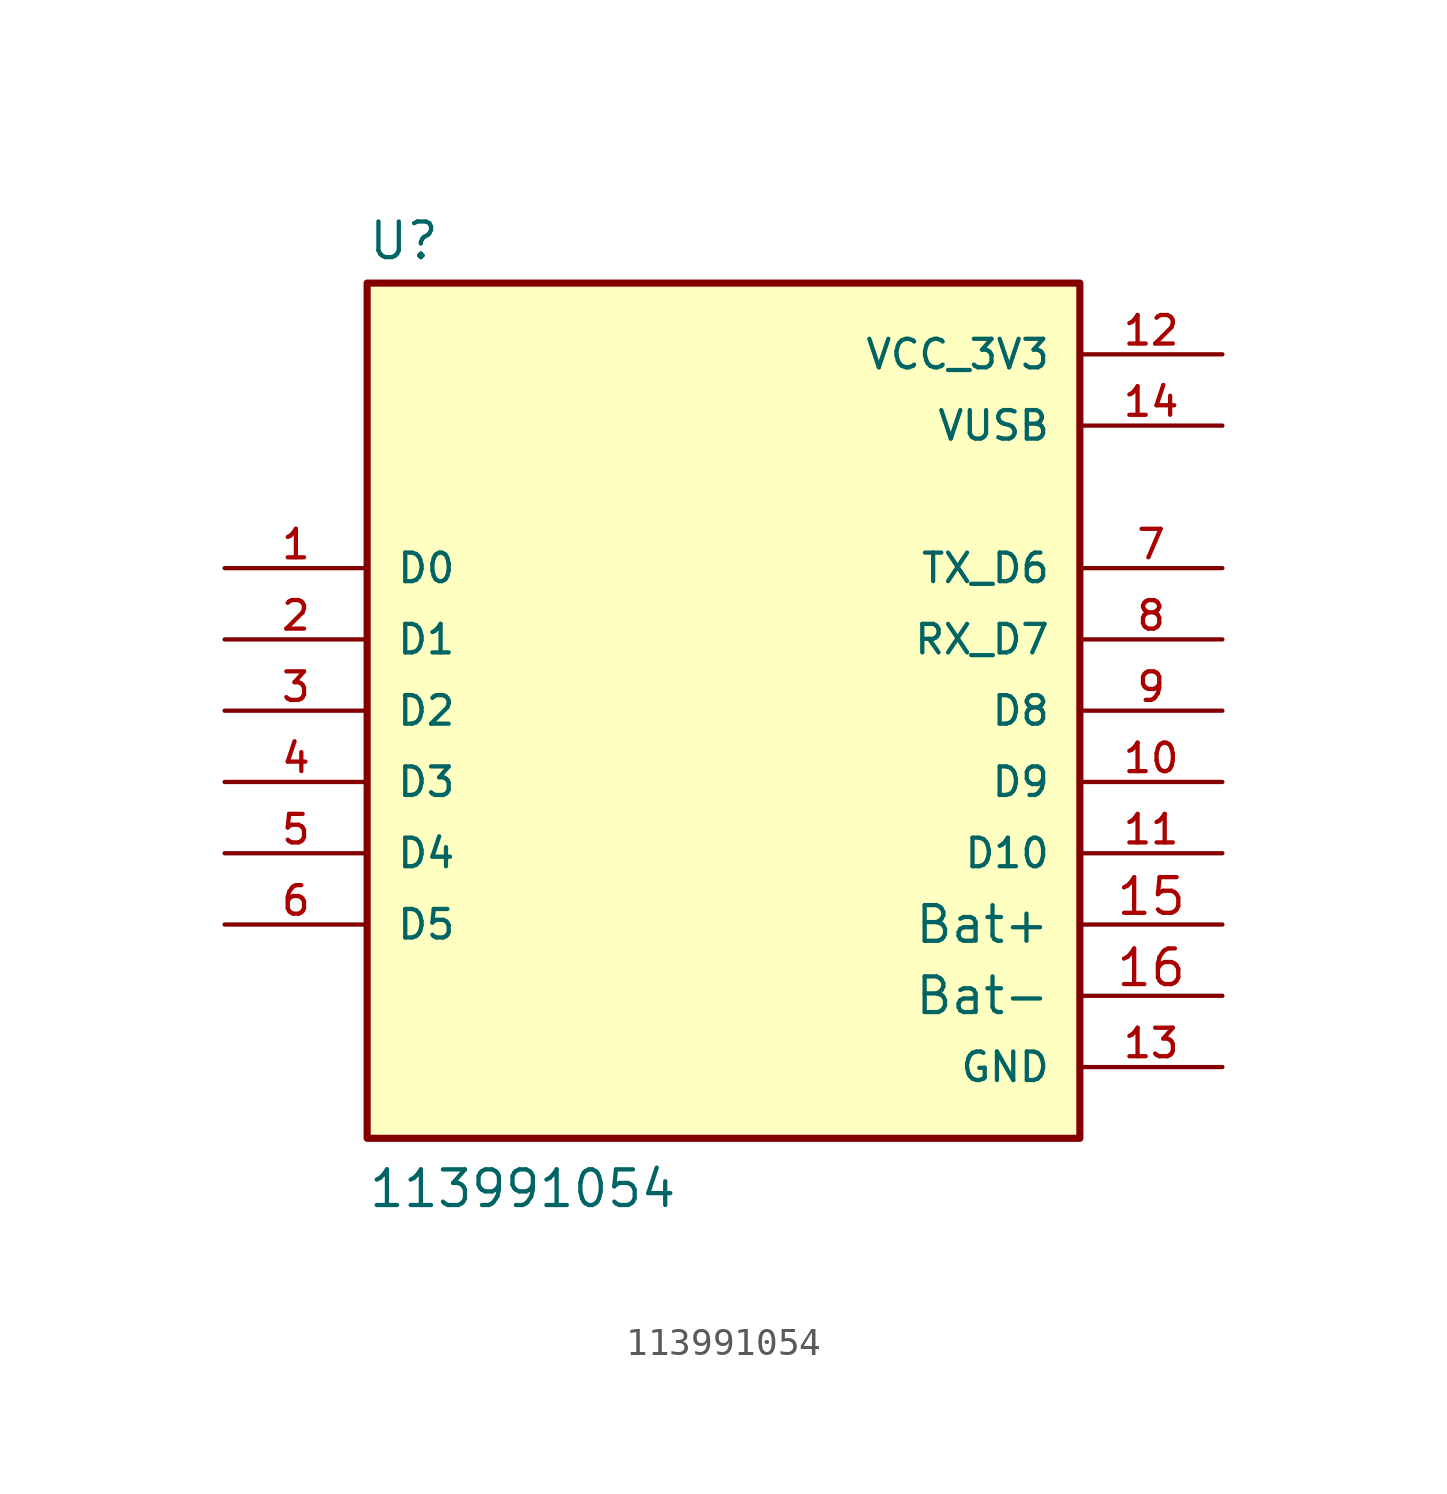
<source format=kicad_sym>
(kicad_symbol_lib
  (version 20220914)
  (generator kicad_symbol_editor)
  (symbol "113991054"
    (pin_names
      (offset 1.016))
    (property "Reference" "U"
      (at -12.7 16.002 0)
      (effects (font (size 1.27 1.27)) (justify left bottom)))
    (property "Value" "113991054"
      (at -12.7 -17.78 0)
      (effects (font (size 1.27 1.27)) (justify left bottom)))
    (symbol "113991054_0_0"
      (rectangle (start -12.7 15.24) (end 12.7 -15.24) (stroke (width 0.254) (type default)) (fill (type background)))
      (pin bidirectional line (at -17.78 5.08 0) (length 5.08) (name "D0" (effects (font (size 1.016 1.016)))) (number "1" (effects (font (size 1.016 1.016)))))
      (pin bidirectional line (at 17.78 -2.54 180) (length 5.08) (name "D9" (effects (font (size 1.016 1.016)))) (number "10" (effects (font (size 1.016 1.016)))))
      (pin bidirectional line (at 17.78 -5.08 180) (length 5.08) (name "D10" (effects (font (size 1.016 1.016)))) (number "11" (effects (font (size 1.016 1.016)))))
      (pin power_in line (at 17.78 12.7 180) (length 5.08) (name "VCC_3V3" (effects (font (size 1.016 1.016)))) (number "12" (effects (font (size 1.016 1.016)))))
      (pin power_in line (at 17.78 -12.7 180) (length 5.08) (name "GND" (effects (font (size 1.016 1.016)))) (number "13" (effects (font (size 1.016 1.016)))))
      (pin power_in line (at 17.78 10.16 180) (length 5.08) (name "VUSB" (effects (font (size 1.016 1.016)))) (number "14" (effects (font (size 1.016 1.016)))))
      (pin bidirectional line (at -17.78 2.54 0) (length 5.08) (name "D1" (effects (font (size 1.016 1.016)))) (number "2" (effects (font (size 1.016 1.016)))))
      (pin bidirectional line (at -17.78 0 0) (length 5.08) (name "D2" (effects (font (size 1.016 1.016)))) (number "3" (effects (font (size 1.016 1.016)))))
      (pin bidirectional line (at -17.78 -2.54 0) (length 5.08) (name "D3" (effects (font (size 1.016 1.016)))) (number "4" (effects (font (size 1.016 1.016)))))
      (pin bidirectional line (at -17.78 -5.08 0) (length 5.08) (name "D4" (effects (font (size 1.016 1.016)))) (number "5" (effects (font (size 1.016 1.016)))))
      (pin bidirectional line (at -17.78 -7.62 0) (length 5.08) (name "D5" (effects (font (size 1.016 1.016)))) (number "6" (effects (font (size 1.016 1.016)))))
      (pin bidirectional line (at 17.78 5.08 180) (length 5.08) (name "TX_D6" (effects (font (size 1.016 1.016)))) (number "7" (effects (font (size 1.016 1.016)))))
      (pin bidirectional line (at 17.78 2.54 180) (length 5.08) (name "RX_D7" (effects (font (size 1.016 1.016)))) (number "8" (effects (font (size 1.016 1.016)))))
      (pin bidirectional line (at 17.78 0 180) (length 5.08) (name "D8" (effects (font (size 1.016 1.016)))) (number "9" (effects (font (size 1.016 1.016))))))
    (symbol "113991054_1_1"
      (pin bidirectional line (at 17.78 -7.62 180) (length 5.08) (name "Bat+" (effects (font (size 1.27 1.27)))) (number "15" (effects (font (size 1.27 1.27)))))
      (pin bidirectional line (at 17.78 -10.16 180) (length 5.08) (name "Bat-" (effects (font (size 1.27 1.27)))) (number "16" (effects (font (size 1.27 1.27))))))))
</source>
